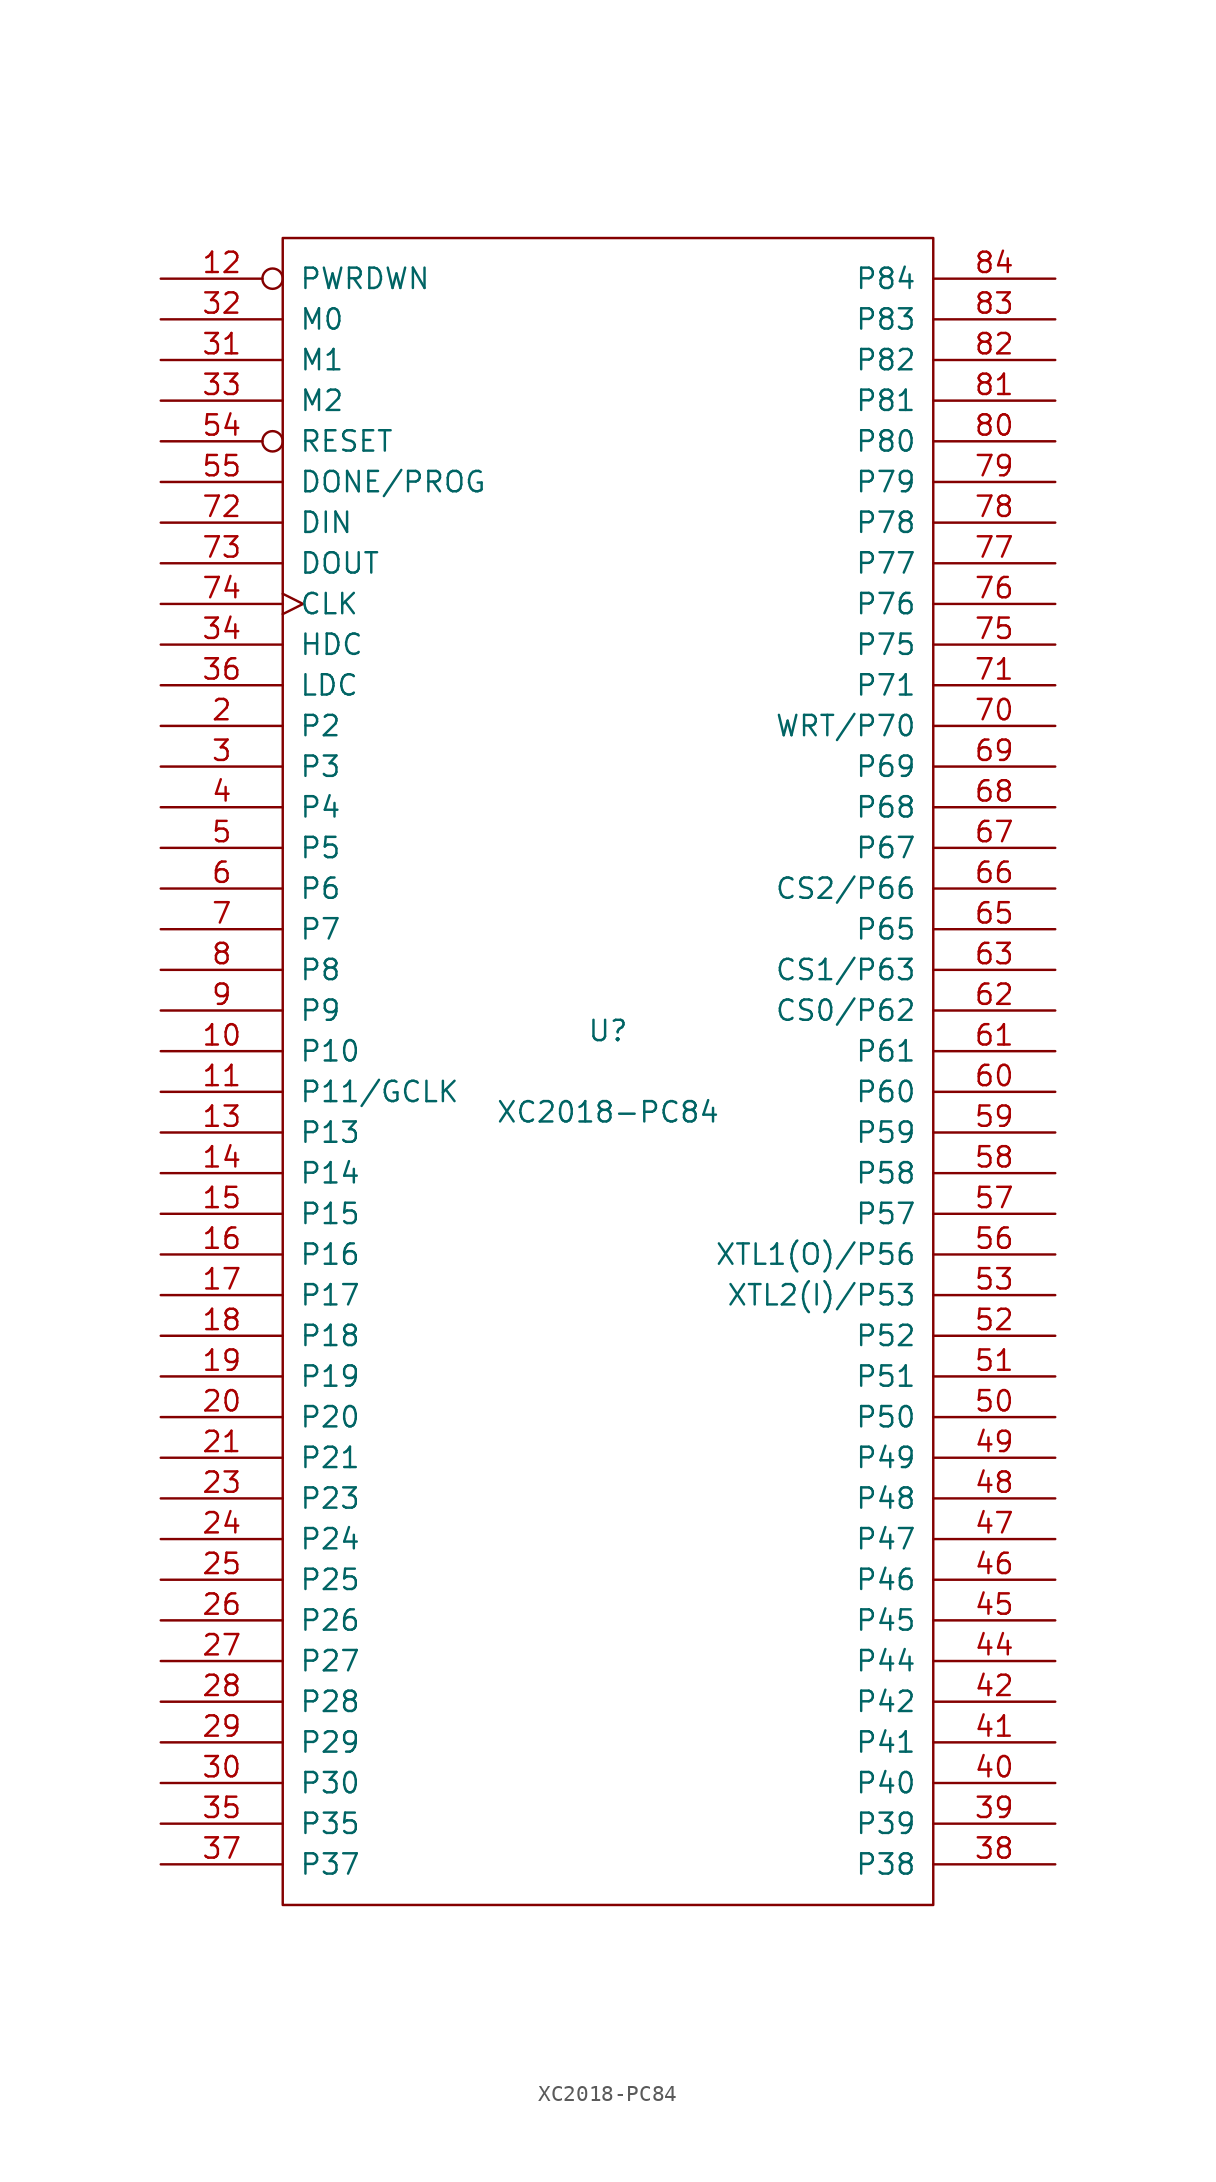
<source format=kicad_sym>
(kicad_symbol_lib
  (version 20201005)
  (generator kicad_symbol_editor)
  (symbol "XC2018-PC84"
    (pin_names
      (offset 1.016))
    (property "Reference" "U"
      (at 0 2.54 0)
      (effects (font (size 1.27 1.27))))
    (property "Value" "XC2018-PC84"
      (at 0 -2.54 0)
      (effects (font (size 1.27 1.27))))
    (symbol "XC2018-PC84_0_1"
      (rectangle (start -20.32 -52.07) (end 20.32 52.07) (stroke (width 0)) (fill (type none))))
    (symbol "XC2018-PC84_1_1"
      (pin power_in line (at -2.54 -52.07 90) (length 0) hide (name "GND" (effects (font (size 1.27 1.27)))) (number "1" (effects (font (size 1.27 1.27)))))
      (pin passive line (at -27.94 1.27 0) (length 7.62) (name "P10" (effects (font (size 1.27 1.27)))) (number "10" (effects (font (size 1.27 1.27)))))
      (pin passive line (at -27.94 -1.27 0) (length 7.62) (name "P11/GCLK" (effects (font (size 1.27 1.27)))) (number "11" (effects (font (size 1.27 1.27)))))
      (pin input inverted (at -27.94 49.53 0) (length 7.62) (name "PWRDWN" (effects (font (size 1.27 1.27)))) (number "12" (effects (font (size 1.27 1.27)))))
      (pin passive line (at -27.94 -3.81 0) (length 7.62) (name "P13" (effects (font (size 1.27 1.27)))) (number "13" (effects (font (size 1.27 1.27)))))
      (pin passive line (at -27.94 -6.35 0) (length 7.62) (name "P14" (effects (font (size 1.27 1.27)))) (number "14" (effects (font (size 1.27 1.27)))))
      (pin passive line (at -27.94 -8.89 0) (length 7.62) (name "P15" (effects (font (size 1.27 1.27)))) (number "15" (effects (font (size 1.27 1.27)))))
      (pin passive line (at -27.94 -11.43 0) (length 7.62) (name "P16" (effects (font (size 1.27 1.27)))) (number "16" (effects (font (size 1.27 1.27)))))
      (pin passive line (at -27.94 -13.97 0) (length 7.62) (name "P17" (effects (font (size 1.27 1.27)))) (number "17" (effects (font (size 1.27 1.27)))))
      (pin passive line (at -27.94 -16.51 0) (length 7.62) (name "P18" (effects (font (size 1.27 1.27)))) (number "18" (effects (font (size 1.27 1.27)))))
      (pin passive line (at -27.94 -19.05 0) (length 7.62) (name "P19" (effects (font (size 1.27 1.27)))) (number "19" (effects (font (size 1.27 1.27)))))
      (pin passive line (at -27.94 21.59 0) (length 7.62) (name "P2" (effects (font (size 1.27 1.27)))) (number "2" (effects (font (size 1.27 1.27)))))
      (pin passive line (at -27.94 -21.59 0) (length 7.62) (name "P20" (effects (font (size 1.27 1.27)))) (number "20" (effects (font (size 1.27 1.27)))))
      (pin passive line (at -27.94 -24.13 0) (length 7.62) (name "P21" (effects (font (size 1.27 1.27)))) (number "21" (effects (font (size 1.27 1.27)))))
      (pin power_in line (at 0 52.07 270) (length 0) hide (name "VCC" (effects (font (size 1.27 1.27)))) (number "22" (effects (font (size 1.27 1.27)))))
      (pin passive line (at -27.94 -26.67 0) (length 7.62) (name "P23" (effects (font (size 1.27 1.27)))) (number "23" (effects (font (size 1.27 1.27)))))
      (pin passive line (at -27.94 -29.21 0) (length 7.62) (name "P24" (effects (font (size 1.27 1.27)))) (number "24" (effects (font (size 1.27 1.27)))))
      (pin passive line (at -27.94 -31.75 0) (length 7.62) (name "P25" (effects (font (size 1.27 1.27)))) (number "25" (effects (font (size 1.27 1.27)))))
      (pin passive line (at -27.94 -34.29 0) (length 7.62) (name "P26" (effects (font (size 1.27 1.27)))) (number "26" (effects (font (size 1.27 1.27)))))
      (pin passive line (at -27.94 -36.83 0) (length 7.62) (name "P27" (effects (font (size 1.27 1.27)))) (number "27" (effects (font (size 1.27 1.27)))))
      (pin passive line (at -27.94 -39.37 0) (length 7.62) (name "P28" (effects (font (size 1.27 1.27)))) (number "28" (effects (font (size 1.27 1.27)))))
      (pin passive line (at -27.94 -41.91 0) (length 7.62) (name "P29" (effects (font (size 1.27 1.27)))) (number "29" (effects (font (size 1.27 1.27)))))
      (pin passive line (at -27.94 19.05 0) (length 7.62) (name "P3" (effects (font (size 1.27 1.27)))) (number "3" (effects (font (size 1.27 1.27)))))
      (pin passive line (at -27.94 -44.45 0) (length 7.62) (name "P30" (effects (font (size 1.27 1.27)))) (number "30" (effects (font (size 1.27 1.27)))))
      (pin input line (at -27.94 44.45 0) (length 7.62) (name "M1" (effects (font (size 1.27 1.27)))) (number "31" (effects (font (size 1.27 1.27)))))
      (pin input line (at -27.94 46.99 0) (length 7.62) (name "M0" (effects (font (size 1.27 1.27)))) (number "32" (effects (font (size 1.27 1.27)))))
      (pin bidirectional line (at -27.94 41.91 0) (length 7.62) (name "M2" (effects (font (size 1.27 1.27)))) (number "33" (effects (font (size 1.27 1.27)))))
      (pin passive line (at -27.94 26.67 0) (length 7.62) (name "HDC" (effects (font (size 1.27 1.27)))) (number "34" (effects (font (size 1.27 1.27)))))
      (pin passive line (at -27.94 -46.99 0) (length 7.62) (name "P35" (effects (font (size 1.27 1.27)))) (number "35" (effects (font (size 1.27 1.27)))))
      (pin passive line (at -27.94 24.13 0) (length 7.62) (name "LDC" (effects (font (size 1.27 1.27)))) (number "36" (effects (font (size 1.27 1.27)))))
      (pin passive line (at -27.94 -49.53 0) (length 7.62) (name "P37" (effects (font (size 1.27 1.27)))) (number "37" (effects (font (size 1.27 1.27)))))
      (pin passive line (at 27.94 -49.53 180) (length 7.62) (name "P38" (effects (font (size 1.27 1.27)))) (number "38" (effects (font (size 1.27 1.27)))))
      (pin passive line (at 27.94 -46.99 180) (length 7.62) (name "P39" (effects (font (size 1.27 1.27)))) (number "39" (effects (font (size 1.27 1.27)))))
      (pin passive line (at -27.94 16.51 0) (length 7.62) (name "P4" (effects (font (size 1.27 1.27)))) (number "4" (effects (font (size 1.27 1.27)))))
      (pin passive line (at 27.94 -44.45 180) (length 7.62) (name "P40" (effects (font (size 1.27 1.27)))) (number "40" (effects (font (size 1.27 1.27)))))
      (pin passive line (at 27.94 -41.91 180) (length 7.62) (name "P41" (effects (font (size 1.27 1.27)))) (number "41" (effects (font (size 1.27 1.27)))))
      (pin passive line (at 27.94 -39.37 180) (length 7.62) (name "P42" (effects (font (size 1.27 1.27)))) (number "42" (effects (font (size 1.27 1.27)))))
      (pin power_in line (at 0 -52.07 90) (length 0) hide (name "GND" (effects (font (size 1.27 1.27)))) (number "43" (effects (font (size 1.27 1.27)))))
      (pin passive line (at 27.94 -36.83 180) (length 7.62) (name "P44" (effects (font (size 1.27 1.27)))) (number "44" (effects (font (size 1.27 1.27)))))
      (pin passive line (at 27.94 -34.29 180) (length 7.62) (name "P45" (effects (font (size 1.27 1.27)))) (number "45" (effects (font (size 1.27 1.27)))))
      (pin passive line (at 27.94 -31.75 180) (length 7.62) (name "P46" (effects (font (size 1.27 1.27)))) (number "46" (effects (font (size 1.27 1.27)))))
      (pin passive line (at 27.94 -29.21 180) (length 7.62) (name "P47" (effects (font (size 1.27 1.27)))) (number "47" (effects (font (size 1.27 1.27)))))
      (pin passive line (at 27.94 -26.67 180) (length 7.62) (name "P48" (effects (font (size 1.27 1.27)))) (number "48" (effects (font (size 1.27 1.27)))))
      (pin passive line (at 27.94 -24.13 180) (length 7.62) (name "P49" (effects (font (size 1.27 1.27)))) (number "49" (effects (font (size 1.27 1.27)))))
      (pin passive line (at -27.94 13.97 0) (length 7.62) (name "P5" (effects (font (size 1.27 1.27)))) (number "5" (effects (font (size 1.27 1.27)))))
      (pin passive line (at 27.94 -21.59 180) (length 7.62) (name "P50" (effects (font (size 1.27 1.27)))) (number "50" (effects (font (size 1.27 1.27)))))
      (pin passive line (at 27.94 -19.05 180) (length 7.62) (name "P51" (effects (font (size 1.27 1.27)))) (number "51" (effects (font (size 1.27 1.27)))))
      (pin passive line (at 27.94 -16.51 180) (length 7.62) (name "P52" (effects (font (size 1.27 1.27)))) (number "52" (effects (font (size 1.27 1.27)))))
      (pin passive line (at 27.94 -13.97 180) (length 7.62) (name "XTL2(I)/P53" (effects (font (size 1.27 1.27)))) (number "53" (effects (font (size 1.27 1.27)))))
      (pin input inverted (at -27.94 39.37 0) (length 7.62) (name "RESET" (effects (font (size 1.27 1.27)))) (number "54" (effects (font (size 1.27 1.27)))))
      (pin bidirectional line (at -27.94 36.83 0) (length 7.62) (name "DONE/PROG" (effects (font (size 1.27 1.27)))) (number "55" (effects (font (size 1.27 1.27)))))
      (pin passive line (at 27.94 -11.43 180) (length 7.62) (name "XTL1(O)/P56" (effects (font (size 1.27 1.27)))) (number "56" (effects (font (size 1.27 1.27)))))
      (pin passive line (at 27.94 -8.89 180) (length 7.62) (name "P57" (effects (font (size 1.27 1.27)))) (number "57" (effects (font (size 1.27 1.27)))))
      (pin passive line (at 27.94 -6.35 180) (length 7.62) (name "P58" (effects (font (size 1.27 1.27)))) (number "58" (effects (font (size 1.27 1.27)))))
      (pin passive line (at 27.94 -3.81 180) (length 7.62) (name "P59" (effects (font (size 1.27 1.27)))) (number "59" (effects (font (size 1.27 1.27)))))
      (pin passive line (at -27.94 11.43 0) (length 7.62) (name "P6" (effects (font (size 1.27 1.27)))) (number "6" (effects (font (size 1.27 1.27)))))
      (pin passive line (at 27.94 -1.27 180) (length 7.62) (name "P60" (effects (font (size 1.27 1.27)))) (number "60" (effects (font (size 1.27 1.27)))))
      (pin passive line (at 27.94 1.27 180) (length 7.62) (name "P61" (effects (font (size 1.27 1.27)))) (number "61" (effects (font (size 1.27 1.27)))))
      (pin passive line (at 27.94 3.81 180) (length 7.62) (name "CS0/P62" (effects (font (size 1.27 1.27)))) (number "62" (effects (font (size 1.27 1.27)))))
      (pin passive line (at 27.94 6.35 180) (length 7.62) (name "CS1/P63" (effects (font (size 1.27 1.27)))) (number "63" (effects (font (size 1.27 1.27)))))
      (pin power_in line (at -2.54 52.07 270) (length 0) hide (name "VCC" (effects (font (size 1.27 1.27)))) (number "64" (effects (font (size 1.27 1.27)))))
      (pin passive line (at 27.94 8.89 180) (length 7.62) (name "P65" (effects (font (size 1.27 1.27)))) (number "65" (effects (font (size 1.27 1.27)))))
      (pin passive line (at 27.94 11.43 180) (length 7.62) (name "CS2/P66" (effects (font (size 1.27 1.27)))) (number "66" (effects (font (size 1.27 1.27)))))
      (pin passive line (at 27.94 13.97 180) (length 7.62) (name "P67" (effects (font (size 1.27 1.27)))) (number "67" (effects (font (size 1.27 1.27)))))
      (pin passive line (at 27.94 16.51 180) (length 7.62) (name "P68" (effects (font (size 1.27 1.27)))) (number "68" (effects (font (size 1.27 1.27)))))
      (pin passive line (at 27.94 19.05 180) (length 7.62) (name "P69" (effects (font (size 1.27 1.27)))) (number "69" (effects (font (size 1.27 1.27)))))
      (pin passive line (at -27.94 8.89 0) (length 7.62) (name "P7" (effects (font (size 1.27 1.27)))) (number "7" (effects (font (size 1.27 1.27)))))
      (pin passive line (at 27.94 21.59 180) (length 7.62) (name "WRT/P70" (effects (font (size 1.27 1.27)))) (number "70" (effects (font (size 1.27 1.27)))))
      (pin passive line (at 27.94 24.13 180) (length 7.62) (name "P71" (effects (font (size 1.27 1.27)))) (number "71" (effects (font (size 1.27 1.27)))))
      (pin input line (at -27.94 34.29 0) (length 7.62) (name "DIN" (effects (font (size 1.27 1.27)))) (number "72" (effects (font (size 1.27 1.27)))))
      (pin passive line (at -27.94 31.75 0) (length 7.62) (name "DOUT" (effects (font (size 1.27 1.27)))) (number "73" (effects (font (size 1.27 1.27)))))
      (pin bidirectional clock (at -27.94 29.21 0) (length 7.62) (name "CLK" (effects (font (size 1.27 1.27)))) (number "74" (effects (font (size 1.27 1.27)))))
      (pin passive line (at 27.94 26.67 180) (length 7.62) (name "P75" (effects (font (size 1.27 1.27)))) (number "75" (effects (font (size 1.27 1.27)))))
      (pin passive line (at 27.94 29.21 180) (length 7.62) (name "P76" (effects (font (size 1.27 1.27)))) (number "76" (effects (font (size 1.27 1.27)))))
      (pin passive line (at 27.94 31.75 180) (length 7.62) (name "P77" (effects (font (size 1.27 1.27)))) (number "77" (effects (font (size 1.27 1.27)))))
      (pin passive line (at 27.94 34.29 180) (length 7.62) (name "P78" (effects (font (size 1.27 1.27)))) (number "78" (effects (font (size 1.27 1.27)))))
      (pin passive line (at 27.94 36.83 180) (length 7.62) (name "P79" (effects (font (size 1.27 1.27)))) (number "79" (effects (font (size 1.27 1.27)))))
      (pin passive line (at -27.94 6.35 0) (length 7.62) (name "P8" (effects (font (size 1.27 1.27)))) (number "8" (effects (font (size 1.27 1.27)))))
      (pin passive line (at 27.94 39.37 180) (length 7.62) (name "P80" (effects (font (size 1.27 1.27)))) (number "80" (effects (font (size 1.27 1.27)))))
      (pin passive line (at 27.94 41.91 180) (length 7.62) (name "P81" (effects (font (size 1.27 1.27)))) (number "81" (effects (font (size 1.27 1.27)))))
      (pin passive line (at 27.94 44.45 180) (length 7.62) (name "P82" (effects (font (size 1.27 1.27)))) (number "82" (effects (font (size 1.27 1.27)))))
      (pin passive line (at 27.94 46.99 180) (length 7.62) (name "P83" (effects (font (size 1.27 1.27)))) (number "83" (effects (font (size 1.27 1.27)))))
      (pin passive line (at 27.94 49.53 180) (length 7.62) (name "P84" (effects (font (size 1.27 1.27)))) (number "84" (effects (font (size 1.27 1.27)))))
      (pin passive line (at -27.94 3.81 0) (length 7.62) (name "P9" (effects (font (size 1.27 1.27)))) (number "9" (effects (font (size 1.27 1.27))))))))
</source>
